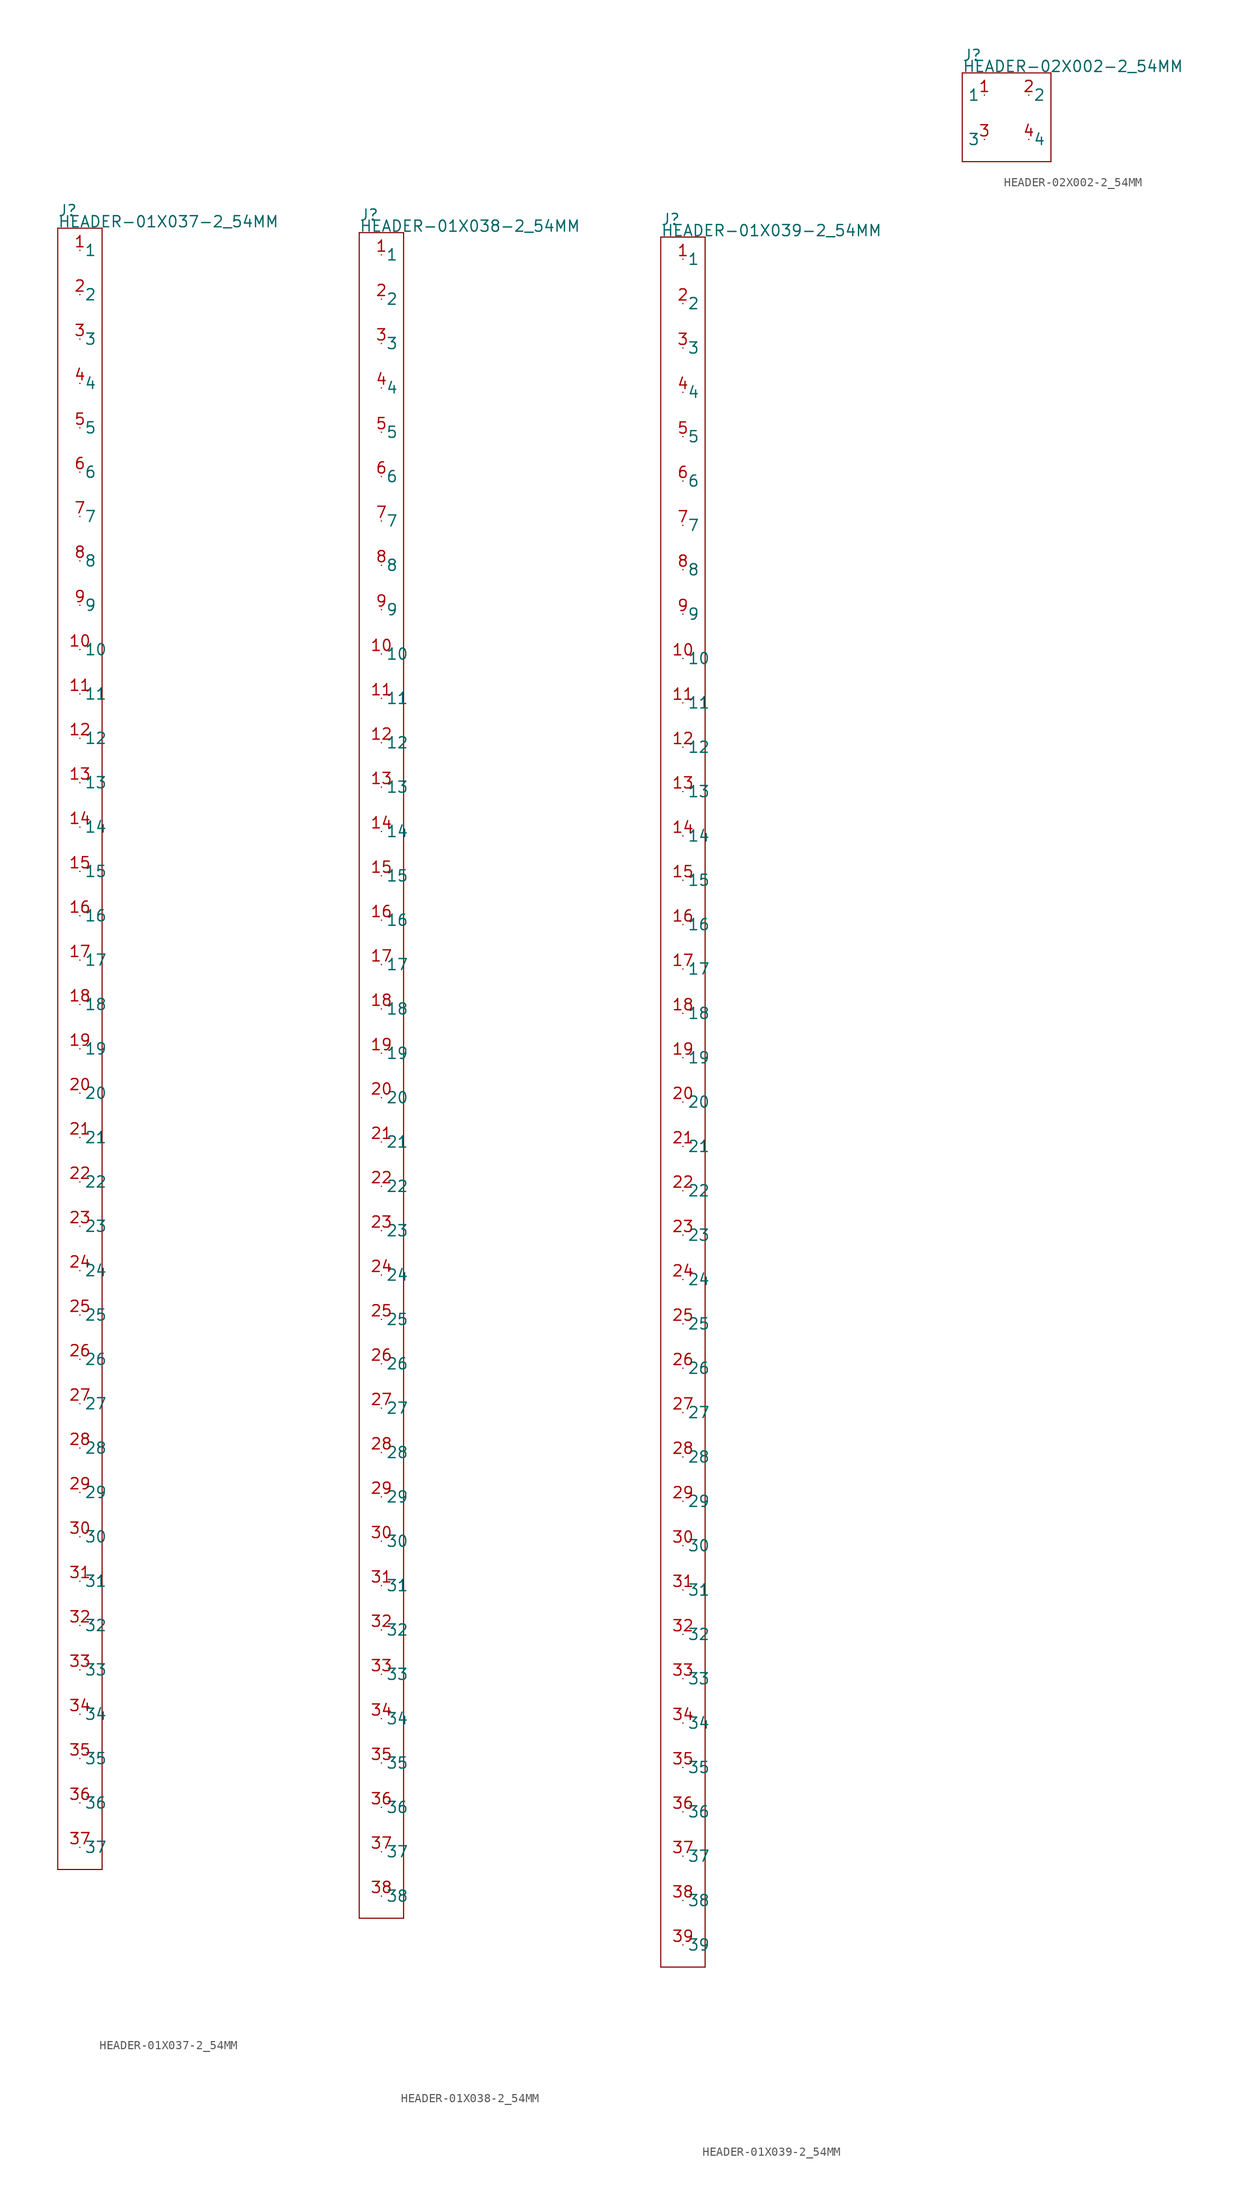
<source format=kicad_sym>
(kicad_symbol_lib
  (version 20211014)
  (generator kicad_symbol_editor)
  (symbol "HEADER-01X037-2_54MM"
    (pin_names)
    (property "Reference" "J"
      (at -2.54 95.25 0)
      (effects (font (size 1.27 1.27)) (justify left bottom)))
    (property "Value" "HEADER-01X037-2_54MM"
      (at -2.54 93.98 0)
      (effects (font (size 1.27 1.27)) (justify left bottom)))
    (property "Datasheet" ""
      (at 0 0 0))
    (property "ki_description" "Header 1x37  - Header Vertical 37POS 2.54MM Technical Specifications: Pitch: 0.1\" (2.54mm) "
      (at 0 0 0))
    (property "ki_fp_filters" "FlashPCB_Connectors:HEADER-THT-01X037-2_54MM FlashPCB_Connectors:HEADER-THT-LONG-01X037-2_54MM FlashPCB_Connectors:HEADER-THT-NOSILK-01X037-2_54MM FlashPCB_Connectors:HEADER-THT-LONG-NOSILK-01X037-2_54MM"
      (at 0 0 0))
    (symbol "HEADER-01X037-2_54MM_1_1"
      (polyline (pts (xy -2.54 93.98) (xy 2.54 93.98)) (stroke (width 0.127)) (fill (type none)))
      (polyline (pts (xy 2.54 93.98) (xy 2.54 -93.98)) (stroke (width 0.127)) (fill (type none)))
      (polyline (pts (xy 2.54 -93.98) (xy -2.54 -93.98)) (stroke (width 0.127)) (fill (type none)))
      (polyline (pts (xy -2.54 -93.98) (xy -2.54 93.98)) (stroke (width 0.127)) (fill (type none)))
      (pin bidirectional line (at 0 91.44 0) (length 0) (name "1" (effects (font (size 1.27 1.27)))) (number "1" (effects (font (size 1.27 1.27)))))
      (pin bidirectional line (at 0 86.36 0) (length 0) (name "2" (effects (font (size 1.27 1.27)))) (number "2" (effects (font (size 1.27 1.27)))))
      (pin bidirectional line (at 0 81.28 0) (length 0) (name "3" (effects (font (size 1.27 1.27)))) (number "3" (effects (font (size 1.27 1.27)))))
      (pin bidirectional line (at 0 76.2 0) (length 0) (name "4" (effects (font (size 1.27 1.27)))) (number "4" (effects (font (size 1.27 1.27)))))
      (pin bidirectional line (at 0 71.12 0) (length 0) (name "5" (effects (font (size 1.27 1.27)))) (number "5" (effects (font (size 1.27 1.27)))))
      (pin bidirectional line (at 0 66.04 0) (length 0) (name "6" (effects (font (size 1.27 1.27)))) (number "6" (effects (font (size 1.27 1.27)))))
      (pin bidirectional line (at 0 60.96 0) (length 0) (name "7" (effects (font (size 1.27 1.27)))) (number "7" (effects (font (size 1.27 1.27)))))
      (pin bidirectional line (at 0 55.88 0) (length 0) (name "8" (effects (font (size 1.27 1.27)))) (number "8" (effects (font (size 1.27 1.27)))))
      (pin bidirectional line (at 0 50.8 0) (length 0) (name "9" (effects (font (size 1.27 1.27)))) (number "9" (effects (font (size 1.27 1.27)))))
      (pin bidirectional line (at 0 45.72 0) (length 0) (name "10" (effects (font (size 1.27 1.27)))) (number "10" (effects (font (size 1.27 1.27)))))
      (pin bidirectional line (at 0 40.64 0) (length 0) (name "11" (effects (font (size 1.27 1.27)))) (number "11" (effects (font (size 1.27 1.27)))))
      (pin bidirectional line (at 0 35.56 0) (length 0) (name "12" (effects (font (size 1.27 1.27)))) (number "12" (effects (font (size 1.27 1.27)))))
      (pin bidirectional line (at 0 30.48 0) (length 0) (name "13" (effects (font (size 1.27 1.27)))) (number "13" (effects (font (size 1.27 1.27)))))
      (pin bidirectional line (at 0 25.4 0) (length 0) (name "14" (effects (font (size 1.27 1.27)))) (number "14" (effects (font (size 1.27 1.27)))))
      (pin bidirectional line (at 0 20.32 0) (length 0) (name "15" (effects (font (size 1.27 1.27)))) (number "15" (effects (font (size 1.27 1.27)))))
      (pin bidirectional line (at 0 15.24 0) (length 0) (name "16" (effects (font (size 1.27 1.27)))) (number "16" (effects (font (size 1.27 1.27)))))
      (pin bidirectional line (at 0 10.16 0) (length 0) (name "17" (effects (font (size 1.27 1.27)))) (number "17" (effects (font (size 1.27 1.27)))))
      (pin bidirectional line (at 0 5.08 0) (length 0) (name "18" (effects (font (size 1.27 1.27)))) (number "18" (effects (font (size 1.27 1.27)))))
      (pin bidirectional line (at 0 0 0) (length 0) (name "19" (effects (font (size 1.27 1.27)))) (number "19" (effects (font (size 1.27 1.27)))))
      (pin bidirectional line (at 0 -5.08 0) (length 0) (name "20" (effects (font (size 1.27 1.27)))) (number "20" (effects (font (size 1.27 1.27)))))
      (pin bidirectional line (at 0 -10.16 0) (length 0) (name "21" (effects (font (size 1.27 1.27)))) (number "21" (effects (font (size 1.27 1.27)))))
      (pin bidirectional line (at 0 -15.24 0) (length 0) (name "22" (effects (font (size 1.27 1.27)))) (number "22" (effects (font (size 1.27 1.27)))))
      (pin bidirectional line (at 0 -20.32 0) (length 0) (name "23" (effects (font (size 1.27 1.27)))) (number "23" (effects (font (size 1.27 1.27)))))
      (pin bidirectional line (at 0 -25.4 0) (length 0) (name "24" (effects (font (size 1.27 1.27)))) (number "24" (effects (font (size 1.27 1.27)))))
      (pin bidirectional line (at 0 -30.48 0) (length 0) (name "25" (effects (font (size 1.27 1.27)))) (number "25" (effects (font (size 1.27 1.27)))))
      (pin bidirectional line (at 0 -35.56 0) (length 0) (name "26" (effects (font (size 1.27 1.27)))) (number "26" (effects (font (size 1.27 1.27)))))
      (pin bidirectional line (at 0 -40.64 0) (length 0) (name "27" (effects (font (size 1.27 1.27)))) (number "27" (effects (font (size 1.27 1.27)))))
      (pin bidirectional line (at 0 -45.72 0) (length 0) (name "28" (effects (font (size 1.27 1.27)))) (number "28" (effects (font (size 1.27 1.27)))))
      (pin bidirectional line (at 0 -50.8 0) (length 0) (name "29" (effects (font (size 1.27 1.27)))) (number "29" (effects (font (size 1.27 1.27)))))
      (pin bidirectional line (at 0 -55.88 0) (length 0) (name "30" (effects (font (size 1.27 1.27)))) (number "30" (effects (font (size 1.27 1.27)))))
      (pin bidirectional line (at 0 -60.96 0) (length 0) (name "31" (effects (font (size 1.27 1.27)))) (number "31" (effects (font (size 1.27 1.27)))))
      (pin bidirectional line (at 0 -66.04 0) (length 0) (name "32" (effects (font (size 1.27 1.27)))) (number "32" (effects (font (size 1.27 1.27)))))
      (pin bidirectional line (at 0 -71.12 0) (length 0) (name "33" (effects (font (size 1.27 1.27)))) (number "33" (effects (font (size 1.27 1.27)))))
      (pin bidirectional line (at 0 -76.2 0) (length 0) (name "34" (effects (font (size 1.27 1.27)))) (number "34" (effects (font (size 1.27 1.27)))))
      (pin bidirectional line (at 0 -81.28 0) (length 0) (name "35" (effects (font (size 1.27 1.27)))) (number "35" (effects (font (size 1.27 1.27)))))
      (pin bidirectional line (at 0 -86.36 0) (length 0) (name "36" (effects (font (size 1.27 1.27)))) (number "36" (effects (font (size 1.27 1.27)))))
      (pin bidirectional line (at 0 -91.44 0) (length 0) (name "37" (effects (font (size 1.27 1.27)))) (number "37" (effects (font (size 1.27 1.27)))))))
  (symbol "HEADER-01X038-2_54MM"
    (pin_names)
    (property "Reference" "J"
      (at -2.54 97.79 0)
      (effects (font (size 1.27 1.27)) (justify left bottom)))
    (property "Value" "HEADER-01X038-2_54MM"
      (at -2.54 96.52 0)
      (effects (font (size 1.27 1.27)) (justify left bottom)))
    (property "Datasheet" ""
      (at 0 0 0))
    (property "ki_description" "Header 1x38  - Header Vertical 38POS 2.54MM Technical Specifications: Pitch: 0.1\" (2.54mm) "
      (at 0 0 0))
    (property "ki_fp_filters" "FlashPCB_Connectors:HEADER-THT-01X038-2_54MM FlashPCB_Connectors:HEADER-THT-LONG-01X038-2_54MM FlashPCB_Connectors:HEADER-THT-NOSILK-01X038-2_54MM FlashPCB_Connectors:HEADER-THT-LONG-NOSILK-01X038-2_54MM"
      (at 0 0 0))
    (symbol "HEADER-01X038-2_54MM_1_1"
      (polyline (pts (xy -2.54 96.52) (xy 2.54 96.52)) (stroke (width 0.127)) (fill (type none)))
      (polyline (pts (xy 2.54 96.52) (xy 2.54 -96.52)) (stroke (width 0.127)) (fill (type none)))
      (polyline (pts (xy 2.54 -96.52) (xy -2.54 -96.52)) (stroke (width 0.127)) (fill (type none)))
      (polyline (pts (xy -2.54 -96.52) (xy -2.54 96.52)) (stroke (width 0.127)) (fill (type none)))
      (pin bidirectional line (at 0 93.98 0) (length 0) (name "1" (effects (font (size 1.27 1.27)))) (number "1" (effects (font (size 1.27 1.27)))))
      (pin bidirectional line (at 0 88.9 0) (length 0) (name "2" (effects (font (size 1.27 1.27)))) (number "2" (effects (font (size 1.27 1.27)))))
      (pin bidirectional line (at 0 83.82 0) (length 0) (name "3" (effects (font (size 1.27 1.27)))) (number "3" (effects (font (size 1.27 1.27)))))
      (pin bidirectional line (at 0 78.74 0) (length 0) (name "4" (effects (font (size 1.27 1.27)))) (number "4" (effects (font (size 1.27 1.27)))))
      (pin bidirectional line (at 0 73.66 0) (length 0) (name "5" (effects (font (size 1.27 1.27)))) (number "5" (effects (font (size 1.27 1.27)))))
      (pin bidirectional line (at 0 68.58 0) (length 0) (name "6" (effects (font (size 1.27 1.27)))) (number "6" (effects (font (size 1.27 1.27)))))
      (pin bidirectional line (at 0 63.5 0) (length 0) (name "7" (effects (font (size 1.27 1.27)))) (number "7" (effects (font (size 1.27 1.27)))))
      (pin bidirectional line (at 0 58.42 0) (length 0) (name "8" (effects (font (size 1.27 1.27)))) (number "8" (effects (font (size 1.27 1.27)))))
      (pin bidirectional line (at 0 53.34 0) (length 0) (name "9" (effects (font (size 1.27 1.27)))) (number "9" (effects (font (size 1.27 1.27)))))
      (pin bidirectional line (at 0 48.26 0) (length 0) (name "10" (effects (font (size 1.27 1.27)))) (number "10" (effects (font (size 1.27 1.27)))))
      (pin bidirectional line (at 0 43.18 0) (length 0) (name "11" (effects (font (size 1.27 1.27)))) (number "11" (effects (font (size 1.27 1.27)))))
      (pin bidirectional line (at 0 38.1 0) (length 0) (name "12" (effects (font (size 1.27 1.27)))) (number "12" (effects (font (size 1.27 1.27)))))
      (pin bidirectional line (at 0 33.02 0) (length 0) (name "13" (effects (font (size 1.27 1.27)))) (number "13" (effects (font (size 1.27 1.27)))))
      (pin bidirectional line (at 0 27.94 0) (length 0) (name "14" (effects (font (size 1.27 1.27)))) (number "14" (effects (font (size 1.27 1.27)))))
      (pin bidirectional line (at 0 22.86 0) (length 0) (name "15" (effects (font (size 1.27 1.27)))) (number "15" (effects (font (size 1.27 1.27)))))
      (pin bidirectional line (at 0 17.78 0) (length 0) (name "16" (effects (font (size 1.27 1.27)))) (number "16" (effects (font (size 1.27 1.27)))))
      (pin bidirectional line (at 0 12.7 0) (length 0) (name "17" (effects (font (size 1.27 1.27)))) (number "17" (effects (font (size 1.27 1.27)))))
      (pin bidirectional line (at 0 7.62 0) (length 0) (name "18" (effects (font (size 1.27 1.27)))) (number "18" (effects (font (size 1.27 1.27)))))
      (pin bidirectional line (at 0 2.54 0) (length 0) (name "19" (effects (font (size 1.27 1.27)))) (number "19" (effects (font (size 1.27 1.27)))))
      (pin bidirectional line (at 0 -2.54 0) (length 0) (name "20" (effects (font (size 1.27 1.27)))) (number "20" (effects (font (size 1.27 1.27)))))
      (pin bidirectional line (at 0 -7.62 0) (length 0) (name "21" (effects (font (size 1.27 1.27)))) (number "21" (effects (font (size 1.27 1.27)))))
      (pin bidirectional line (at 0 -12.7 0) (length 0) (name "22" (effects (font (size 1.27 1.27)))) (number "22" (effects (font (size 1.27 1.27)))))
      (pin bidirectional line (at 0 -17.78 0) (length 0) (name "23" (effects (font (size 1.27 1.27)))) (number "23" (effects (font (size 1.27 1.27)))))
      (pin bidirectional line (at 0 -22.86 0) (length 0) (name "24" (effects (font (size 1.27 1.27)))) (number "24" (effects (font (size 1.27 1.27)))))
      (pin bidirectional line (at 0 -27.94 0) (length 0) (name "25" (effects (font (size 1.27 1.27)))) (number "25" (effects (font (size 1.27 1.27)))))
      (pin bidirectional line (at 0 -33.02 0) (length 0) (name "26" (effects (font (size 1.27 1.27)))) (number "26" (effects (font (size 1.27 1.27)))))
      (pin bidirectional line (at 0 -38.1 0) (length 0) (name "27" (effects (font (size 1.27 1.27)))) (number "27" (effects (font (size 1.27 1.27)))))
      (pin bidirectional line (at 0 -43.18 0) (length 0) (name "28" (effects (font (size 1.27 1.27)))) (number "28" (effects (font (size 1.27 1.27)))))
      (pin bidirectional line (at 0 -48.26 0) (length 0) (name "29" (effects (font (size 1.27 1.27)))) (number "29" (effects (font (size 1.27 1.27)))))
      (pin bidirectional line (at 0 -53.34 0) (length 0) (name "30" (effects (font (size 1.27 1.27)))) (number "30" (effects (font (size 1.27 1.27)))))
      (pin bidirectional line (at 0 -58.42 0) (length 0) (name "31" (effects (font (size 1.27 1.27)))) (number "31" (effects (font (size 1.27 1.27)))))
      (pin bidirectional line (at 0 -63.5 0) (length 0) (name "32" (effects (font (size 1.27 1.27)))) (number "32" (effects (font (size 1.27 1.27)))))
      (pin bidirectional line (at 0 -68.58 0) (length 0) (name "33" (effects (font (size 1.27 1.27)))) (number "33" (effects (font (size 1.27 1.27)))))
      (pin bidirectional line (at 0 -73.66 0) (length 0) (name "34" (effects (font (size 1.27 1.27)))) (number "34" (effects (font (size 1.27 1.27)))))
      (pin bidirectional line (at 0 -78.74 0) (length 0) (name "35" (effects (font (size 1.27 1.27)))) (number "35" (effects (font (size 1.27 1.27)))))
      (pin bidirectional line (at 0 -83.82 0) (length 0) (name "36" (effects (font (size 1.27 1.27)))) (number "36" (effects (font (size 1.27 1.27)))))
      (pin bidirectional line (at 0 -88.9 0) (length 0) (name "37" (effects (font (size 1.27 1.27)))) (number "37" (effects (font (size 1.27 1.27)))))
      (pin bidirectional line (at 0 -93.98 0) (length 0) (name "38" (effects (font (size 1.27 1.27)))) (number "38" (effects (font (size 1.27 1.27)))))))
  (symbol "HEADER-01X039-2_54MM"
    (pin_names)
    (property "Reference" "J"
      (at -2.54 100.33 0)
      (effects (font (size 1.27 1.27)) (justify left bottom)))
    (property "Value" "HEADER-01X039-2_54MM"
      (at -2.54 99.06 0)
      (effects (font (size 1.27 1.27)) (justify left bottom)))
    (property "Datasheet" ""
      (at 0 0 0))
    (property "ki_description" "Header 1x39  - Header Vertical 39POS 2.54MM Technical Specifications: Pitch: 0.1\" (2.54mm) "
      (at 0 0 0))
    (property "ki_fp_filters" "FlashPCB_Connectors:HEADER-THT-01X039-2_54MM FlashPCB_Connectors:HEADER-THT-LONG-01X039-2_54MM FlashPCB_Connectors:HEADER-THT-NOSILK-01X039-2_54MM FlashPCB_Connectors:HEADER-THT-LONG-NOSILK-01X039-2_54MM"
      (at 0 0 0))
    (symbol "HEADER-01X039-2_54MM_1_1"
      (polyline (pts (xy -2.54 99.06) (xy 2.54 99.06)) (stroke (width 0.127)) (fill (type none)))
      (polyline (pts (xy 2.54 99.06) (xy 2.54 -99.06)) (stroke (width 0.127)) (fill (type none)))
      (polyline (pts (xy 2.54 -99.06) (xy -2.54 -99.06)) (stroke (width 0.127)) (fill (type none)))
      (polyline (pts (xy -2.54 -99.06) (xy -2.54 99.06)) (stroke (width 0.127)) (fill (type none)))
      (pin bidirectional line (at 0 96.52 0) (length 0) (name "1" (effects (font (size 1.27 1.27)))) (number "1" (effects (font (size 1.27 1.27)))))
      (pin bidirectional line (at 0 91.44 0) (length 0) (name "2" (effects (font (size 1.27 1.27)))) (number "2" (effects (font (size 1.27 1.27)))))
      (pin bidirectional line (at 0 86.36 0) (length 0) (name "3" (effects (font (size 1.27 1.27)))) (number "3" (effects (font (size 1.27 1.27)))))
      (pin bidirectional line (at 0 81.28 0) (length 0) (name "4" (effects (font (size 1.27 1.27)))) (number "4" (effects (font (size 1.27 1.27)))))
      (pin bidirectional line (at 0 76.2 0) (length 0) (name "5" (effects (font (size 1.27 1.27)))) (number "5" (effects (font (size 1.27 1.27)))))
      (pin bidirectional line (at 0 71.12 0) (length 0) (name "6" (effects (font (size 1.27 1.27)))) (number "6" (effects (font (size 1.27 1.27)))))
      (pin bidirectional line (at 0 66.04 0) (length 0) (name "7" (effects (font (size 1.27 1.27)))) (number "7" (effects (font (size 1.27 1.27)))))
      (pin bidirectional line (at 0 60.96 0) (length 0) (name "8" (effects (font (size 1.27 1.27)))) (number "8" (effects (font (size 1.27 1.27)))))
      (pin bidirectional line (at 0 55.88 0) (length 0) (name "9" (effects (font (size 1.27 1.27)))) (number "9" (effects (font (size 1.27 1.27)))))
      (pin bidirectional line (at 0 50.8 0) (length 0) (name "10" (effects (font (size 1.27 1.27)))) (number "10" (effects (font (size 1.27 1.27)))))
      (pin bidirectional line (at 0 45.72 0) (length 0) (name "11" (effects (font (size 1.27 1.27)))) (number "11" (effects (font (size 1.27 1.27)))))
      (pin bidirectional line (at 0 40.64 0) (length 0) (name "12" (effects (font (size 1.27 1.27)))) (number "12" (effects (font (size 1.27 1.27)))))
      (pin bidirectional line (at 0 35.56 0) (length 0) (name "13" (effects (font (size 1.27 1.27)))) (number "13" (effects (font (size 1.27 1.27)))))
      (pin bidirectional line (at 0 30.48 0) (length 0) (name "14" (effects (font (size 1.27 1.27)))) (number "14" (effects (font (size 1.27 1.27)))))
      (pin bidirectional line (at 0 25.4 0) (length 0) (name "15" (effects (font (size 1.27 1.27)))) (number "15" (effects (font (size 1.27 1.27)))))
      (pin bidirectional line (at 0 20.32 0) (length 0) (name "16" (effects (font (size 1.27 1.27)))) (number "16" (effects (font (size 1.27 1.27)))))
      (pin bidirectional line (at 0 15.24 0) (length 0) (name "17" (effects (font (size 1.27 1.27)))) (number "17" (effects (font (size 1.27 1.27)))))
      (pin bidirectional line (at 0 10.16 0) (length 0) (name "18" (effects (font (size 1.27 1.27)))) (number "18" (effects (font (size 1.27 1.27)))))
      (pin bidirectional line (at 0 5.08 0) (length 0) (name "19" (effects (font (size 1.27 1.27)))) (number "19" (effects (font (size 1.27 1.27)))))
      (pin bidirectional line (at 0 0 0) (length 0) (name "20" (effects (font (size 1.27 1.27)))) (number "20" (effects (font (size 1.27 1.27)))))
      (pin bidirectional line (at 0 -5.08 0) (length 0) (name "21" (effects (font (size 1.27 1.27)))) (number "21" (effects (font (size 1.27 1.27)))))
      (pin bidirectional line (at 0 -10.16 0) (length 0) (name "22" (effects (font (size 1.27 1.27)))) (number "22" (effects (font (size 1.27 1.27)))))
      (pin bidirectional line (at 0 -15.24 0) (length 0) (name "23" (effects (font (size 1.27 1.27)))) (number "23" (effects (font (size 1.27 1.27)))))
      (pin bidirectional line (at 0 -20.32 0) (length 0) (name "24" (effects (font (size 1.27 1.27)))) (number "24" (effects (font (size 1.27 1.27)))))
      (pin bidirectional line (at 0 -25.4 0) (length 0) (name "25" (effects (font (size 1.27 1.27)))) (number "25" (effects (font (size 1.27 1.27)))))
      (pin bidirectional line (at 0 -30.48 0) (length 0) (name "26" (effects (font (size 1.27 1.27)))) (number "26" (effects (font (size 1.27 1.27)))))
      (pin bidirectional line (at 0 -35.56 0) (length 0) (name "27" (effects (font (size 1.27 1.27)))) (number "27" (effects (font (size 1.27 1.27)))))
      (pin bidirectional line (at 0 -40.64 0) (length 0) (name "28" (effects (font (size 1.27 1.27)))) (number "28" (effects (font (size 1.27 1.27)))))
      (pin bidirectional line (at 0 -45.72 0) (length 0) (name "29" (effects (font (size 1.27 1.27)))) (number "29" (effects (font (size 1.27 1.27)))))
      (pin bidirectional line (at 0 -50.8 0) (length 0) (name "30" (effects (font (size 1.27 1.27)))) (number "30" (effects (font (size 1.27 1.27)))))
      (pin bidirectional line (at 0 -55.88 0) (length 0) (name "31" (effects (font (size 1.27 1.27)))) (number "31" (effects (font (size 1.27 1.27)))))
      (pin bidirectional line (at 0 -60.96 0) (length 0) (name "32" (effects (font (size 1.27 1.27)))) (number "32" (effects (font (size 1.27 1.27)))))
      (pin bidirectional line (at 0 -66.04 0) (length 0) (name "33" (effects (font (size 1.27 1.27)))) (number "33" (effects (font (size 1.27 1.27)))))
      (pin bidirectional line (at 0 -71.12 0) (length 0) (name "34" (effects (font (size 1.27 1.27)))) (number "34" (effects (font (size 1.27 1.27)))))
      (pin bidirectional line (at 0 -76.2 0) (length 0) (name "35" (effects (font (size 1.27 1.27)))) (number "35" (effects (font (size 1.27 1.27)))))
      (pin bidirectional line (at 0 -81.28 0) (length 0) (name "36" (effects (font (size 1.27 1.27)))) (number "36" (effects (font (size 1.27 1.27)))))
      (pin bidirectional line (at 0 -86.36 0) (length 0) (name "37" (effects (font (size 1.27 1.27)))) (number "37" (effects (font (size 1.27 1.27)))))
      (pin bidirectional line (at 0 -91.44 0) (length 0) (name "38" (effects (font (size 1.27 1.27)))) (number "38" (effects (font (size 1.27 1.27)))))
      (pin bidirectional line (at 0 -96.52 0) (length 0) (name "39" (effects (font (size 1.27 1.27)))) (number "39" (effects (font (size 1.27 1.27)))))))
  (symbol "HEADER-02X002-2_54MM"
    (pin_names)
    (property "Reference" "J"
      (at -5.08 6.35 0)
      (effects (font (size 1.27 1.27)) (justify left bottom)))
    (property "Value" "HEADER-02X002-2_54MM"
      (at -5.08 5.08 0)
      (effects (font (size 1.27 1.27)) (justify left bottom)))
    (property "Datasheet" ""
      (at 0 0 0))
    (property "ki_description" "Header 2x2  - Header Vertical 2x2POS 2.54MM Technical Specifications: Pitch: 0.1\" (2.54mm) Rows: 2 "
      (at 0 0 0))
    (property "ki_fp_filters" "FlashPCB_Connectors:HEADER-THT-02X002-2_54MM FlashPCB_Connectors:HEADER-THT-NOSILK-02X002-2_54MM"
      (at 0 0 0))
    (symbol "HEADER-02X002-2_54MM_1_1"
      (polyline (pts (xy -5.08 5.08) (xy 5.08 5.08)) (stroke (width 0.127)) (fill (type none)))
      (polyline (pts (xy 5.08 5.08) (xy 5.08 -5.08)) (stroke (width 0.127)) (fill (type none)))
      (polyline (pts (xy 5.08 -5.08) (xy -5.08 -5.08)) (stroke (width 0.127)) (fill (type none)))
      (polyline (pts (xy -5.08 -5.08) (xy -5.08 5.08)) (stroke (width 0.127)) (fill (type none)))
      (pin bidirectional line (at -2.54 2.54 180) (length 0) (name "1" (effects (font (size 1.27 1.27)))) (number "1" (effects (font (size 1.27 1.27)))))
      (pin bidirectional line (at 2.54 2.54 0) (length 0) (name "2" (effects (font (size 1.27 1.27)))) (number "2" (effects (font (size 1.27 1.27)))))
      (pin bidirectional line (at -2.54 -2.54 180) (length 0) (name "3" (effects (font (size 1.27 1.27)))) (number "3" (effects (font (size 1.27 1.27)))))
      (pin bidirectional line (at 2.54 -2.54 0) (length 0) (name "4" (effects (font (size 1.27 1.27)))) (number "4" (effects (font (size 1.27 1.27))))))))
</source>
